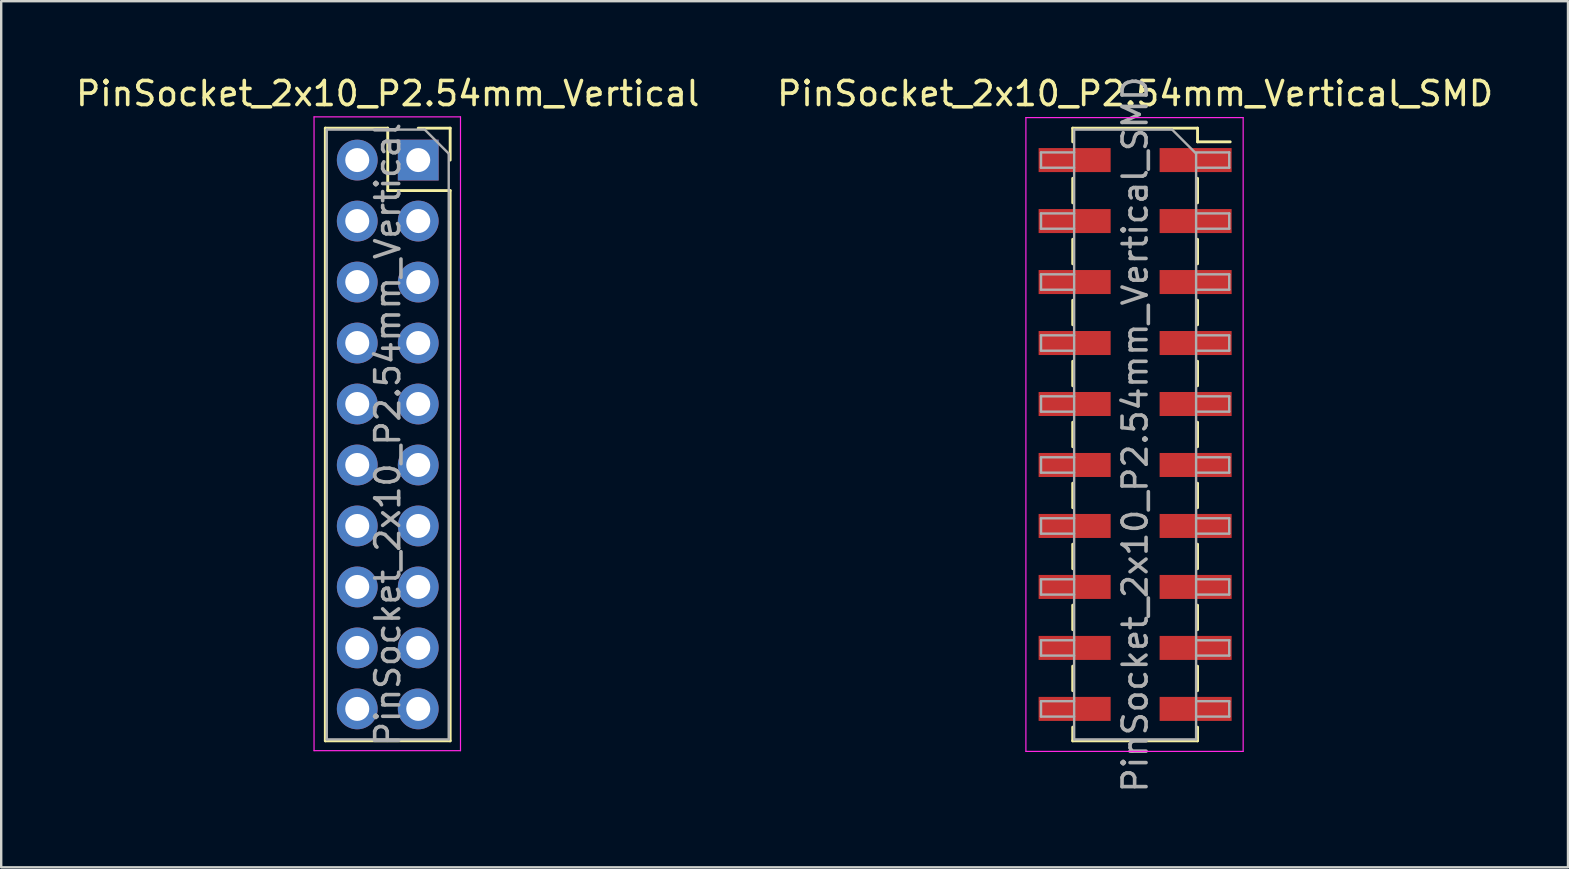
<source format=kicad_pcb>
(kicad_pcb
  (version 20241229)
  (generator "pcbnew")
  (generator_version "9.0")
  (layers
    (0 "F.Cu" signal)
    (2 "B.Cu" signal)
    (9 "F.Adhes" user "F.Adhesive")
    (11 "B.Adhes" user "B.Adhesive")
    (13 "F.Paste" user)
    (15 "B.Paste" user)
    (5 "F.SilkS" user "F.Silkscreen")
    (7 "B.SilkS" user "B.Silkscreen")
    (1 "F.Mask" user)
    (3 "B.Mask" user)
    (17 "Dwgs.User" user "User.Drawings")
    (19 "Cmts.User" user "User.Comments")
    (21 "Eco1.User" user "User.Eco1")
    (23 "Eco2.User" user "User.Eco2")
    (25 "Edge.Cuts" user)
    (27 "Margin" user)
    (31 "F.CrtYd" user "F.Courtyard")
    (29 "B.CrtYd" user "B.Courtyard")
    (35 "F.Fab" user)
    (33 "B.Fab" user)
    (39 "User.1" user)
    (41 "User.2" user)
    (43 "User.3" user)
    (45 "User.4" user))
  (footprint "PinSocket_2x10_P2.54mm_Vertical_SMD"
    (layer "F.Cu")
    (at 44.232 15.048)
    (property "Reference" "PinSocket_2x10_P2.54mm_Vertical_SMD" (at 0 -14.2 0) (layer "F.SilkS") (effects (font (size 1 1) (thickness 0.15))))
    (attr smd)
    (fp_line (start -2.6 -12.76) (end -2.6 -12.19) (stroke (width 0.12) (type solid)) (layer "F.SilkS"))
    (fp_line (start -2.6 -12.76) (end 2.6 -12.76) (stroke (width 0.12) (type solid)) (layer "F.SilkS"))
    (fp_line (start -2.6 -10.67) (end -2.6 -9.65) (stroke (width 0.12) (type solid)) (layer "F.SilkS"))
    (fp_line (start -2.6 -8.13) (end -2.6 -7.11) (stroke (width 0.12) (type solid)) (layer "F.SilkS"))
    (fp_line (start -2.6 -5.59) (end -2.6 -4.57) (stroke (width 0.12) (type solid)) (layer "F.SilkS"))
    (fp_line (start -2.6 -3.05) (end -2.6 -2.03) (stroke (width 0.12) (type solid)) (layer "F.SilkS"))
    (fp_line (start -2.6 -0.51) (end -2.6 0.51) (stroke (width 0.12) (type solid)) (layer "F.SilkS"))
    (fp_line (start -2.6 2.03) (end -2.6 3.05) (stroke (width 0.12) (type solid)) (layer "F.SilkS"))
    (fp_line (start -2.6 4.57) (end -2.6 5.59) (stroke (width 0.12) (type solid)) (layer "F.SilkS"))
    (fp_line (start -2.6 7.11) (end -2.6 8.13) (stroke (width 0.12) (type solid)) (layer "F.SilkS"))
    (fp_line (start -2.6 9.65) (end -2.6 10.67) (stroke (width 0.12) (type solid)) (layer "F.SilkS"))
    (fp_line (start -2.6 12.19) (end -2.6 12.76) (stroke (width 0.12) (type solid)) (layer "F.SilkS"))
    (fp_line (start -2.6 12.76) (end 2.6 12.76) (stroke (width 0.12) (type solid)) (layer "F.SilkS"))
    (fp_line (start 2.6 -12.76) (end 2.6 -12.19) (stroke (width 0.12) (type solid)) (layer "F.SilkS"))
    (fp_line (start 2.6 -12.19) (end 3.96 -12.19) (stroke (width 0.12) (type solid)) (layer "F.SilkS"))
    (fp_line (start 2.6 -10.67) (end 2.6 -9.65) (stroke (width 0.12) (type solid)) (layer "F.SilkS"))
    (fp_line (start 2.6 -8.13) (end 2.6 -7.11) (stroke (width 0.12) (type solid)) (layer "F.SilkS"))
    (fp_line (start 2.6 -5.59) (end 2.6 -4.57) (stroke (width 0.12) (type solid)) (layer "F.SilkS"))
    (fp_line (start 2.6 -3.05) (end 2.6 -2.03) (stroke (width 0.12) (type solid)) (layer "F.SilkS"))
    (fp_line (start 2.6 -0.51) (end 2.6 0.51) (stroke (width 0.12) (type solid)) (layer "F.SilkS"))
    (fp_line (start 2.6 2.03) (end 2.6 3.05) (stroke (width 0.12) (type solid)) (layer "F.SilkS"))
    (fp_line (start 2.6 4.57) (end 2.6 5.59) (stroke (width 0.12) (type solid)) (layer "F.SilkS"))
    (fp_line (start 2.6 7.11) (end 2.6 8.13) (stroke (width 0.12) (type solid)) (layer "F.SilkS"))
    (fp_line (start 2.6 9.65) (end 2.6 10.67) (stroke (width 0.12) (type solid)) (layer "F.SilkS"))
    (fp_line (start 2.6 12.19) (end 2.6 12.76) (stroke (width 0.12) (type solid)) (layer "F.SilkS"))
    (fp_line (start -4.55 -13.2) (end 4.5 -13.2) (stroke (width 0.05) (type solid)) (layer "F.CrtYd"))
    (fp_line (start -4.55 13.2) (end -4.55 -13.2) (stroke (width 0.05) (type solid)) (layer "F.CrtYd"))
    (fp_line (start 4.5 -13.2) (end 4.5 13.2) (stroke (width 0.05) (type solid)) (layer "F.CrtYd"))
    (fp_line (start 4.5 13.2) (end -4.55 13.2) (stroke (width 0.05) (type solid)) (layer "F.CrtYd"))
    (fp_line (start -3.92 -11.75) (end -2.54 -11.75) (stroke (width 0.1) (type solid)) (layer "F.Fab"))
    (fp_line (start -3.92 -11.11) (end -3.92 -11.75) (stroke (width 0.1) (type solid)) (layer "F.Fab"))
    (fp_line (start -3.92 -9.21) (end -2.54 -9.21) (stroke (width 0.1) (type solid)) (layer "F.Fab"))
    (fp_line (start -3.92 -8.57) (end -3.92 -9.21) (stroke (width 0.1) (type solid)) (layer "F.Fab"))
    (fp_line (start -3.92 -6.67) (end -2.54 -6.67) (stroke (width 0.1) (type solid)) (layer "F.Fab"))
    (fp_line (start -3.92 -6.03) (end -3.92 -6.67) (stroke (width 0.1) (type solid)) (layer "F.Fab"))
    (fp_line (start -3.92 -4.13) (end -2.54 -4.13) (stroke (width 0.1) (type solid)) (layer "F.Fab"))
    (fp_line (start -3.92 -3.49) (end -3.92 -4.13) (stroke (width 0.1) (type solid)) (layer "F.Fab"))
    (fp_line (start -3.92 -1.59) (end -2.54 -1.59) (stroke (width 0.1) (type solid)) (layer "F.Fab"))
    (fp_line (start -3.92 -0.95) (end -3.92 -1.59) (stroke (width 0.1) (type solid)) (layer "F.Fab"))
    (fp_line (start -3.92 0.95) (end -2.54 0.95) (stroke (width 0.1) (type solid)) (layer "F.Fab"))
    (fp_line (start -3.92 1.59) (end -3.92 0.95) (stroke (width 0.1) (type solid)) (layer "F.Fab"))
    (fp_line (start -3.92 3.49) (end -2.54 3.49) (stroke (width 0.1) (type solid)) (layer "F.Fab"))
    (fp_line (start -3.92 4.13) (end -3.92 3.49) (stroke (width 0.1) (type solid)) (layer "F.Fab"))
    (fp_line (start -3.92 6.03) (end -2.54 6.03) (stroke (width 0.1) (type solid)) (layer "F.Fab"))
    (fp_line (start -3.92 6.67) (end -3.92 6.03) (stroke (width 0.1) (type solid)) (layer "F.Fab"))
    (fp_line (start -3.92 8.57) (end -2.54 8.57) (stroke (width 0.1) (type solid)) (layer "F.Fab"))
    (fp_line (start -3.92 9.21) (end -3.92 8.57) (stroke (width 0.1) (type solid)) (layer "F.Fab"))
    (fp_line (start -3.92 11.11) (end -2.54 11.11) (stroke (width 0.1) (type solid)) (layer "F.Fab"))
    (fp_line (start -3.92 11.75) (end -3.92 11.11) (stroke (width 0.1) (type solid)) (layer "F.Fab"))
    (fp_line (start -2.54 -12.7) (end 1.54 -12.7) (stroke (width 0.1) (type solid)) (layer "F.Fab"))
    (fp_line (start -2.54 -11.11) (end -3.92 -11.11) (stroke (width 0.1) (type solid)) (layer "F.Fab"))
    (fp_line (start -2.54 -8.57) (end -3.92 -8.57) (stroke (width 0.1) (type solid)) (layer "F.Fab"))
    (fp_line (start -2.54 -6.03) (end -3.92 -6.03) (stroke (width 0.1) (type solid)) (layer "F.Fab"))
    (fp_line (start -2.54 -3.49) (end -3.92 -3.49) (stroke (width 0.1) (type solid)) (layer "F.Fab"))
    (fp_line (start -2.54 -0.95) (end -3.92 -0.95) (stroke (width 0.1) (type solid)) (layer "F.Fab"))
    (fp_line (start -2.54 1.59) (end -3.92 1.59) (stroke (width 0.1) (type solid)) (layer "F.Fab"))
    (fp_line (start -2.54 4.13) (end -3.92 4.13) (stroke (width 0.1) (type solid)) (layer "F.Fab"))
    (fp_line (start -2.54 6.67) (end -3.92 6.67) (stroke (width 0.1) (type solid)) (layer "F.Fab"))
    (fp_line (start -2.54 9.21) (end -3.92 9.21) (stroke (width 0.1) (type solid)) (layer "F.Fab"))
    (fp_line (start -2.54 11.75) (end -3.92 11.75) (stroke (width 0.1) (type solid)) (layer "F.Fab"))
    (fp_line (start -2.54 12.7) (end -2.54 -12.7) (stroke (width 0.1) (type solid)) (layer "F.Fab"))
    (fp_line (start 1.54 -12.7) (end 2.54 -11.7) (stroke (width 0.1) (type solid)) (layer "F.Fab"))
    (fp_line (start 2.54 -11.75) (end 3.92 -11.75) (stroke (width 0.1) (type solid)) (layer "F.Fab"))
    (fp_line (start 2.54 -11.7) (end 2.54 12.7) (stroke (width 0.1) (type solid)) (layer "F.Fab"))
    (fp_line (start 2.54 -9.21) (end 3.92 -9.21) (stroke (width 0.1) (type solid)) (layer "F.Fab"))
    (fp_line (start 2.54 -6.67) (end 3.92 -6.67) (stroke (width 0.1) (type solid)) (layer "F.Fab"))
    (fp_line (start 2.54 -4.13) (end 3.92 -4.13) (stroke (width 0.1) (type solid)) (layer "F.Fab"))
    (fp_line (start 2.54 -1.59) (end 3.92 -1.59) (stroke (width 0.1) (type solid)) (layer "F.Fab"))
    (fp_line (start 2.54 0.95) (end 3.92 0.95) (stroke (width 0.1) (type solid)) (layer "F.Fab"))
    (fp_line (start 2.54 3.49) (end 3.92 3.49) (stroke (width 0.1) (type solid)) (layer "F.Fab"))
    (fp_line (start 2.54 6.03) (end 3.92 6.03) (stroke (width 0.1) (type solid)) (layer "F.Fab"))
    (fp_line (start 2.54 8.57) (end 3.92 8.57) (stroke (width 0.1) (type solid)) (layer "F.Fab"))
    (fp_line (start 2.54 11.11) (end 3.92 11.11) (stroke (width 0.1) (type solid)) (layer "F.Fab"))
    (fp_line (start 2.54 12.7) (end -2.54 12.7) (stroke (width 0.1) (type solid)) (layer "F.Fab"))
    (fp_line (start 3.92 -11.75) (end 3.92 -11.11) (stroke (width 0.1) (type solid)) (layer "F.Fab"))
    (fp_line (start 3.92 -11.11) (end 2.54 -11.11) (stroke (width 0.1) (type solid)) (layer "F.Fab"))
    (fp_line (start 3.92 -9.21) (end 3.92 -8.57) (stroke (width 0.1) (type solid)) (layer "F.Fab"))
    (fp_line (start 3.92 -8.57) (end 2.54 -8.57) (stroke (width 0.1) (type solid)) (layer "F.Fab"))
    (fp_line (start 3.92 -6.67) (end 3.92 -6.03) (stroke (width 0.1) (type solid)) (layer "F.Fab"))
    (fp_line (start 3.92 -6.03) (end 2.54 -6.03) (stroke (width 0.1) (type solid)) (layer "F.Fab"))
    (fp_line (start 3.92 -4.13) (end 3.92 -3.49) (stroke (width 0.1) (type solid)) (layer "F.Fab"))
    (fp_line (start 3.92 -3.49) (end 2.54 -3.49) (stroke (width 0.1) (type solid)) (layer "F.Fab"))
    (fp_line (start 3.92 -1.59) (end 3.92 -0.95) (stroke (width 0.1) (type solid)) (layer "F.Fab"))
    (fp_line (start 3.92 -0.95) (end 2.54 -0.95) (stroke (width 0.1) (type solid)) (layer "F.Fab"))
    (fp_line (start 3.92 0.95) (end 3.92 1.59) (stroke (width 0.1) (type solid)) (layer "F.Fab"))
    (fp_line (start 3.92 1.59) (end 2.54 1.59) (stroke (width 0.1) (type solid)) (layer "F.Fab"))
    (fp_line (start 3.92 3.49) (end 3.92 4.13) (stroke (width 0.1) (type solid)) (layer "F.Fab"))
    (fp_line (start 3.92 4.13) (end 2.54 4.13) (stroke (width 0.1) (type solid)) (layer "F.Fab"))
    (fp_line (start 3.92 6.03) (end 3.92 6.67) (stroke (width 0.1) (type solid)) (layer "F.Fab"))
    (fp_line (start 3.92 6.67) (end 2.54 6.67) (stroke (width 0.1) (type solid)) (layer "F.Fab"))
    (fp_line (start 3.92 8.57) (end 3.92 9.21) (stroke (width 0.1) (type solid)) (layer "F.Fab"))
    (fp_line (start 3.92 9.21) (end 2.54 9.21) (stroke (width 0.1) (type solid)) (layer "F.Fab"))
    (fp_line (start 3.92 11.11) (end 3.92 11.75) (stroke (width 0.1) (type solid)) (layer "F.Fab"))
    (fp_line (start 3.92 11.75) (end 2.54 11.75) (stroke (width 0.1) (type solid)) (layer "F.Fab"))
    (fp_text user "${REFERENCE}" (at 0 0 90) (layer "F.Fab") (effects (font (size 1 1) (thickness 0.15))))
    (pad "1" smd rect (at 2.52 -11.43) (size 3 1) (layers "F.Cu" "F.Mask" "F.Paste"))
    (pad "2" smd rect (at -2.52 -11.43) (size 3 1) (layers "F.Cu" "F.Mask" "F.Paste"))
    (pad "3" smd rect (at 2.52 -8.89) (size 3 1) (layers "F.Cu" "F.Mask" "F.Paste"))
    (pad "4" smd rect (at -2.52 -8.89) (size 3 1) (layers "F.Cu" "F.Mask" "F.Paste"))
    (pad "5" smd rect (at 2.52 -6.35) (size 3 1) (layers "F.Cu" "F.Mask" "F.Paste"))
    (pad "6" smd rect (at -2.52 -6.35) (size 3 1) (layers "F.Cu" "F.Mask" "F.Paste"))
    (pad "7" smd rect (at 2.52 -3.81) (size 3 1) (layers "F.Cu" "F.Mask" "F.Paste"))
    (pad "8" smd rect (at -2.52 -3.81) (size 3 1) (layers "F.Cu" "F.Mask" "F.Paste"))
    (pad "9" smd rect (at 2.52 -1.27) (size 3 1) (layers "F.Cu" "F.Mask" "F.Paste"))
    (pad "10" smd rect (at -2.52 -1.27) (size 3 1) (layers "F.Cu" "F.Mask" "F.Paste"))
    (pad "11" smd rect (at 2.52 1.27) (size 3 1) (layers "F.Cu" "F.Mask" "F.Paste"))
    (pad "12" smd rect (at -2.52 1.27) (size 3 1) (layers "F.Cu" "F.Mask" "F.Paste"))
    (pad "13" smd rect (at 2.52 3.81) (size 3 1) (layers "F.Cu" "F.Mask" "F.Paste"))
    (pad "14" smd rect (at -2.52 3.81) (size 3 1) (layers "F.Cu" "F.Mask" "F.Paste"))
    (pad "15" smd rect (at 2.52 6.35) (size 3 1) (layers "F.Cu" "F.Mask" "F.Paste"))
    (pad "16" smd rect (at -2.52 6.35) (size 3 1) (layers "F.Cu" "F.Mask" "F.Paste"))
    (pad "17" smd rect (at 2.52 8.89) (size 3 1) (layers "F.Cu" "F.Mask" "F.Paste"))
    (pad "18" smd rect (at -2.52 8.89) (size 3 1) (layers "F.Cu" "F.Mask" "F.Paste"))
    (pad "19" smd rect (at 2.52 11.43) (size 3 1) (layers "F.Cu" "F.Mask" "F.Paste"))
    (pad "20" smd rect (at -2.52 11.43) (size 3 1) (layers "F.Cu" "F.Mask" "F.Paste")))
  (footprint "PinSocket_2x10_P2.54mm_Vertical"
    (layer "F.Cu")
    (at 14.371 3.618)
    (property "Reference" "PinSocket_2x10_P2.54mm_Vertical" (at -1.27 -2.77 0) (layer "F.SilkS") (effects (font (size 1 1) (thickness 0.15))))
    (attr through_hole)
    (fp_line (start -3.87 -1.33) (end -3.87 24.19) (stroke (width 0.12) (type solid)) (layer "F.SilkS"))
    (fp_line (start -3.87 -1.33) (end -1.27 -1.33) (stroke (width 0.12) (type solid)) (layer "F.SilkS"))
    (fp_line (start -3.87 24.19) (end 1.33 24.19) (stroke (width 0.12) (type solid)) (layer "F.SilkS"))
    (fp_line (start -1.27 -1.33) (end -1.27 1.27) (stroke (width 0.12) (type solid)) (layer "F.SilkS"))
    (fp_line (start -1.27 1.27) (end 1.33 1.27) (stroke (width 0.12) (type solid)) (layer "F.SilkS"))
    (fp_line (start 0 -1.33) (end 1.33 -1.33) (stroke (width 0.12) (type solid)) (layer "F.SilkS"))
    (fp_line (start 1.33 -1.33) (end 1.33 0) (stroke (width 0.12) (type solid)) (layer "F.SilkS"))
    (fp_line (start 1.33 1.27) (end 1.33 24.19) (stroke (width 0.12) (type solid)) (layer "F.SilkS"))
    (fp_line (start -4.34 -1.8) (end 1.76 -1.8) (stroke (width 0.05) (type solid)) (layer "F.CrtYd"))
    (fp_line (start -4.34 24.6) (end -4.34 -1.8) (stroke (width 0.05) (type solid)) (layer "F.CrtYd"))
    (fp_line (start 1.76 -1.8) (end 1.76 24.6) (stroke (width 0.05) (type solid)) (layer "F.CrtYd"))
    (fp_line (start 1.76 24.6) (end -4.34 24.6) (stroke (width 0.05) (type solid)) (layer "F.CrtYd"))
    (fp_line (start -3.81 -1.27) (end 0.27 -1.27) (stroke (width 0.1) (type solid)) (layer "F.Fab"))
    (fp_line (start -3.81 24.13) (end -3.81 -1.27) (stroke (width 0.1) (type solid)) (layer "F.Fab"))
    (fp_line (start 0.27 -1.27) (end 1.27 -0.27) (stroke (width 0.1) (type solid)) (layer "F.Fab"))
    (fp_line (start 1.27 -0.27) (end 1.27 24.13) (stroke (width 0.1) (type solid)) (layer "F.Fab"))
    (fp_line (start 1.27 24.13) (end -3.81 24.13) (stroke (width 0.1) (type solid)) (layer "F.Fab"))
    (fp_text user "${REFERENCE}" (at -1.27 11.43 90) (layer "F.Fab") (effects (font (size 1 1) (thickness 0.15))))
    (pad "1" thru_hole rect (at 0 0) (size 1.7 1.7) (drill 1) (layers "*.Cu" "*.Mask"))
    (pad "2" thru_hole circle (at -2.54 0) (size 1.7 1.7) (drill 1) (layers "*.Cu" "*.Mask"))
    (pad "3" thru_hole circle (at 0 2.54) (size 1.7 1.7) (drill 1) (layers "*.Cu" "*.Mask"))
    (pad "4" thru_hole circle (at -2.54 2.54) (size 1.7 1.7) (drill 1) (layers "*.Cu" "*.Mask"))
    (pad "5" thru_hole circle (at 0 5.08) (size 1.7 1.7) (drill 1) (layers "*.Cu" "*.Mask"))
    (pad "6" thru_hole circle (at -2.54 5.08) (size 1.7 1.7) (drill 1) (layers "*.Cu" "*.Mask"))
    (pad "7" thru_hole circle (at 0 7.62) (size 1.7 1.7) (drill 1) (layers "*.Cu" "*.Mask"))
    (pad "8" thru_hole circle (at -2.54 7.62) (size 1.7 1.7) (drill 1) (layers "*.Cu" "*.Mask"))
    (pad "9" thru_hole circle (at 0 10.16) (size 1.7 1.7) (drill 1) (layers "*.Cu" "*.Mask"))
    (pad "10" thru_hole circle (at -2.54 10.16) (size 1.7 1.7) (drill 1) (layers "*.Cu" "*.Mask"))
    (pad "11" thru_hole circle (at 0 12.7) (size 1.7 1.7) (drill 1) (layers "*.Cu" "*.Mask"))
    (pad "12" thru_hole circle (at -2.54 12.7) (size 1.7 1.7) (drill 1) (layers "*.Cu" "*.Mask"))
    (pad "13" thru_hole circle (at 0 15.24) (size 1.7 1.7) (drill 1) (layers "*.Cu" "*.Mask"))
    (pad "14" thru_hole circle (at -2.54 15.24) (size 1.7 1.7) (drill 1) (layers "*.Cu" "*.Mask"))
    (pad "15" thru_hole circle (at 0 17.78) (size 1.7 1.7) (drill 1) (layers "*.Cu" "*.Mask"))
    (pad "16" thru_hole circle (at -2.54 17.78) (size 1.7 1.7) (drill 1) (layers "*.Cu" "*.Mask"))
    (pad "17" thru_hole circle (at 0 20.32) (size 1.7 1.7) (drill 1) (layers "*.Cu" "*.Mask"))
    (pad "18" thru_hole circle (at -2.54 20.32) (size 1.7 1.7) (drill 1) (layers "*.Cu" "*.Mask"))
    (pad "19" thru_hole circle (at 0 22.86) (size 1.7 1.7) (drill 1) (layers "*.Cu" "*.Mask"))
    (pad "20" thru_hole circle (at -2.54 22.86) (size 1.7 1.7) (drill 1) (layers "*.Cu" "*.Mask")))
  (gr_rect
    (start -3 -3)
    (end 62.262 33.078)
    (stroke (width 0.1) (type default))
    (fill no)
    (layer "Edge.Cuts")))
</source>
